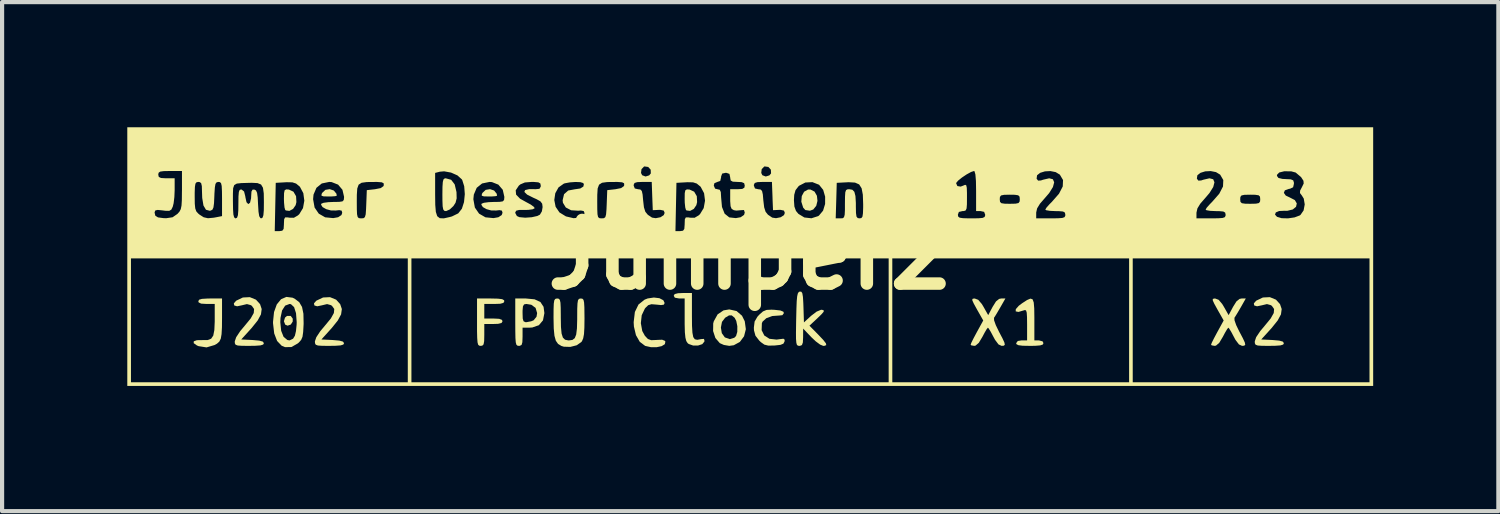
<source format=kicad_pcb>
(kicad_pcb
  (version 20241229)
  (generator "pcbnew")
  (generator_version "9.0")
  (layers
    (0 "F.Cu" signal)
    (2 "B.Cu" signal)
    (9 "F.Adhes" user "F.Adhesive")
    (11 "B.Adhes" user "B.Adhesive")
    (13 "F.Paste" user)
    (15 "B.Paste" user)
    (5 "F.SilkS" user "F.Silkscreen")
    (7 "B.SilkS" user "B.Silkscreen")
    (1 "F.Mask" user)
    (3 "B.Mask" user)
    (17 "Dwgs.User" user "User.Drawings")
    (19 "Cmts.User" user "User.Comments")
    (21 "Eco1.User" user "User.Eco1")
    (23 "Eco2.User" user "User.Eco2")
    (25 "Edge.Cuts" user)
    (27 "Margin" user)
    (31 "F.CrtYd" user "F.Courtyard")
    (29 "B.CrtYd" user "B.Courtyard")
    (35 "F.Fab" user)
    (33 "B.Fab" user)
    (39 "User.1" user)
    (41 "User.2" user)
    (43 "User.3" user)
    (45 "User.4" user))
  (footprint "Jumper2"
    (layer "F.Cu")
    (at 14.926 3.055)
    (property "Reference" "Jumper2" (at 0 0 0) (layer "F.SilkS") (effects (font (size 1.524 1.524) (thickness 0.3))))
    (attr board_only exclude_from_pos_files exclude_from_bom)
    (fp_poly (pts (xy -10.962 1.529) (xy -10.962 1.599) (xy -11.008 1.671) (xy -11.085 1.698) (xy -11.142 1.674) (xy -11.173 1.593) (xy -11.147 1.505) (xy -11.1 1.465) (xy -11.01 1.465)) (stroke (width 0) (type solid)) (fill yes) (layer "F.SilkS"))
    (fp_poly (pts (xy -9.978 -1.54) (xy -9.915 -1.464) (xy -9.907 -1.415) (xy -9.946 -1.404) (xy -10.045 -1.397) (xy -10.105 -1.397) (xy -10.224 -1.4) (xy -10.273 -1.416) (xy -10.27 -1.455) (xy -10.256 -1.484) (xy -10.179 -1.556) (xy -10.076 -1.573)) (stroke (width 0) (type solid)) (fill yes) (layer "F.SilkS"))
    (fp_poly (pts (xy -6.137 -1.54) (xy -6.075 -1.464) (xy -6.066 -1.415) (xy -6.105 -1.404) (xy -6.204 -1.397) (xy -6.264 -1.397) (xy -6.383 -1.4) (xy -6.433 -1.416) (xy -6.43 -1.455) (xy -6.415 -1.484) (xy -6.338 -1.556) (xy -6.235 -1.573)) (stroke (width 0) (type solid)) (fill yes) (layer "F.SilkS"))
    (fp_poly (pts (xy 1.541 -1.514) (xy 1.598 -1.414) (xy 1.611 -1.292) (xy 1.582 -1.174) (xy 1.511 -1.086) (xy 1.431 -1.056) (xy 1.321 -1.072) (xy 1.269 -1.129) (xy 1.224 -1.272) (xy 1.235 -1.407) (xy 1.291 -1.511) (xy 1.386 -1.564) (xy 1.442 -1.564)) (stroke (width 0) (type solid)) (fill yes) (layer "F.SilkS"))
    (fp_poly (pts (xy -11.053 -1.563) (xy -10.945 -1.512) (xy -10.882 -1.404) (xy -10.874 -1.262) (xy -10.892 -1.189) (xy -10.954 -1.099) (xy -11.042 -1.052) (xy -11.126 -1.062) (xy -11.142 -1.075) (xy -11.159 -1.133) (xy -11.17 -1.248) (xy -11.173 -1.341) (xy -11.17 -1.477) (xy -11.156 -1.545) (xy -11.119 -1.567)) (stroke (width 0) (type solid)) (fill yes) (layer "F.SilkS"))
    (fp_poly (pts (xy -1.452 -1.563) (xy -1.343 -1.512) (xy -1.28 -1.404) (xy -1.273 -1.262) (xy -1.291 -1.189) (xy -1.352 -1.099) (xy -1.441 -1.052) (xy -1.525 -1.062) (xy -1.54 -1.075) (xy -1.557 -1.133) (xy -1.569 -1.248) (xy -1.571 -1.341) (xy -1.569 -1.477) (xy -1.555 -1.545) (xy -1.518 -1.567)) (stroke (width 0) (type solid)) (fill yes) (layer "F.SilkS"))
    (fp_poly (pts (xy -7.166 -1.797) (xy -7.081 -1.686) (xy -7.038 -1.502) (xy -7.034 -1.352) (xy -7.061 -1.247) (xy -7.113 -1.167) (xy -7.2 -1.086) (xy -7.285 -1.048) (xy -7.291 -1.047) (xy -7.332 -1.055) (xy -7.356 -1.088) (xy -7.37 -1.163) (xy -7.375 -1.297) (xy -7.376 -1.44) (xy -7.374 -1.628) (xy -7.366 -1.744) (xy -7.35 -1.806) (xy -7.321 -1.83) (xy -7.297 -1.833)) (stroke (width 0) (type solid)) (fill yes) (layer "F.SilkS"))
    (fp_poly (pts (xy -1.397 1.457) (xy -1.395 1.7) (xy -1.385 1.868) (xy -1.365 1.972) (xy -1.328 2.024) (xy -1.27 2.037) (xy -1.186 2.022) (xy -1.178 2.02) (xy -1.108 2.015) (xy -1.096 2.063) (xy -1.098 2.078) (xy -1.149 2.141) (xy -1.25 2.174) (xy -1.369 2.174) (xy -1.474 2.137) (xy -1.5 2.116) (xy -1.532 2.067) (xy -1.553 1.986) (xy -1.566 1.858) (xy -1.571 1.666) (xy -1.571 1.546) (xy -1.571 1.047) (xy -1.702 1.047) (xy -1.806 1.028) (xy -1.833 0.982) (xy -1.81 0.941) (xy -1.729 0.921) (xy -1.615 0.916) (xy -1.397 0.916)) (stroke (width 0) (type solid)) (fill yes) (layer "F.SilkS"))
    (fp_poly (pts (xy -12.656 1.502) (xy -12.658 1.736) (xy -12.667 1.9) (xy -12.686 2.009) (xy -12.721 2.08) (xy -12.776 2.129) (xy -12.834 2.162) (xy -13.027 2.219) (xy -13.218 2.189) (xy -13.258 2.172) (xy -13.335 2.117) (xy -13.333 2.073) (xy -13.258 2.046) (xy -13.125 2.044) (xy -13.001 2.043) (xy -12.917 2.011) (xy -12.866 1.936) (xy -12.84 1.803) (xy -12.831 1.601) (xy -12.831 1.53) (xy -12.831 1.178) (xy -13.027 1.178) (xy -13.157 1.17) (xy -13.216 1.141) (xy -13.224 1.113) (xy -13.205 1.076) (xy -13.137 1.056) (xy -13.004 1.048) (xy -12.94 1.047) (xy -12.656 1.047)) (stroke (width 0) (type solid)) (fill yes) (layer "F.SilkS"))
    (fp_poly (pts (xy -6.046 1.051) (xy -5.945 1.063) (xy -5.899 1.088) (xy -5.892 1.113) (xy -5.913 1.152) (xy -5.989 1.173) (xy -6.132 1.178) (xy -6.372 1.178) (xy -6.372 1.527) (xy -6.154 1.527) (xy -6.016 1.534) (xy -5.949 1.559) (xy -5.935 1.593) (xy -5.959 1.634) (xy -6.04 1.654) (xy -6.154 1.658) (xy -6.372 1.658) (xy -6.372 1.92) (xy -6.375 2.067) (xy -6.389 2.146) (xy -6.42 2.177) (xy -6.459 2.182) (xy -6.495 2.177) (xy -6.519 2.154) (xy -6.534 2.097) (xy -6.542 1.994) (xy -6.546 1.83) (xy -6.546 1.615) (xy -6.546 1.047) (xy -6.219 1.047)) (stroke (width 0) (type solid)) (fill yes) (layer "F.SilkS"))
    (fp_poly (pts (xy 6.765 1.066) (xy 6.793 1.142) (xy 6.805 1.285) (xy 6.808 1.505) (xy 6.808 1.549) (xy 6.808 2.051) (xy 6.917 2.051) (xy 7.005 2.074) (xy 7.026 2.117) (xy 7.009 2.151) (xy 6.947 2.171) (xy 6.825 2.181) (xy 6.699 2.182) (xy 6.526 2.179) (xy 6.425 2.166) (xy 6.379 2.142) (xy 6.372 2.117) (xy 6.411 2.065) (xy 6.503 2.051) (xy 6.634 2.051) (xy 6.634 1.676) (xy 6.632 1.495) (xy 6.625 1.386) (xy 6.609 1.334) (xy 6.582 1.324) (xy 6.557 1.331) (xy 6.427 1.369) (xy 6.361 1.356) (xy 6.363 1.303) (xy 6.435 1.221) (xy 6.516 1.16) (xy 6.633 1.084) (xy 6.713 1.05)) (stroke (width 0) (type solid)) (fill yes) (layer "F.SilkS"))
    (fp_poly (pts (xy -0.327 1.348) (xy -0.197 1.46) (xy -0.131 1.593) (xy -0.105 1.783) (xy -0.148 1.953) (xy -0.248 2.087) (xy -0.394 2.167) (xy -0.502 2.182) (xy -0.632 2.16) (xy -0.729 2.117) (xy -0.835 1.994) (xy -0.89 1.826) (xy -0.888 1.743) (xy -0.703 1.743) (xy -0.681 1.878) (xy -0.609 1.978) (xy -0.606 1.98) (xy -0.488 2.021) (xy -0.38 1.987) (xy -0.339 1.945) (xy -0.31 1.847) (xy -0.309 1.712) (xy -0.335 1.583) (xy -0.374 1.509) (xy -0.444 1.452) (xy -0.508 1.452) (xy -0.601 1.508) (xy -0.677 1.608) (xy -0.703 1.743) (xy -0.888 1.743) (xy -0.887 1.645) (xy -0.873 1.593) (xy -0.781 1.427) (xy -0.64 1.332) (xy -0.502 1.309)) (stroke (width 0) (type solid)) (fill yes) (layer "F.SilkS"))
    (fp_poly (pts (xy 0.577 1.318) (xy 0.722 1.334) (xy 0.793 1.363) (xy 0.807 1.397) (xy 0.771 1.447) (xy 0.698 1.455) (xy 0.529 1.467) (xy 0.386 1.519) (xy 0.295 1.602) (xy 0.279 1.64) (xy 0.273 1.806) (xy 0.337 1.934) (xy 0.461 2.013) (xy 0.632 2.032) (xy 0.705 2.022) (xy 0.796 2.011) (xy 0.826 2.036) (xy 0.822 2.078) (xy 0.795 2.129) (xy 0.725 2.158) (xy 0.589 2.173) (xy 0.577 2.174) (xy 0.433 2.176) (xy 0.339 2.153) (xy 0.256 2.094) (xy 0.217 2.057) (xy 0.125 1.939) (xy 0.09 1.81) (xy 0.087 1.746) (xy 0.105 1.599) (xy 0.173 1.483) (xy 0.217 1.435) (xy 0.305 1.357) (xy 0.39 1.321) (xy 0.509 1.315)) (stroke (width 0) (type solid)) (fill yes) (layer "F.SilkS"))
    (fp_poly (pts (xy -2.176 1.04) (xy -2.082 1.089) (xy -2.051 1.155) (xy -2.069 1.194) (xy -2.135 1.205) (xy -2.241 1.194) (xy -2.366 1.184) (xy -2.444 1.207) (xy -2.513 1.274) (xy -2.524 1.288) (xy -2.6 1.448) (xy -2.621 1.639) (xy -2.587 1.826) (xy -2.524 1.941) (xy -2.452 2.017) (xy -2.373 2.046) (xy -2.249 2.041) (xy -2.243 2.04) (xy -2.11 2.035) (xy -2.044 2.062) (xy -2.033 2.08) (xy -2.046 2.142) (xy -2.123 2.189) (xy -2.241 2.214) (xy -2.378 2.214) (xy -2.512 2.184) (xy -2.52 2.181) (xy -2.646 2.086) (xy -2.738 1.926) (xy -2.787 1.719) (xy -2.793 1.615) (xy -2.764 1.37) (xy -2.677 1.191) (xy -2.531 1.075) (xy -2.457 1.046) (xy -2.309 1.024)) (stroke (width 0) (type solid)) (fill yes) (layer "F.SilkS"))
    (fp_poly (pts (xy -11.843 1.075) (xy -11.745 1.182) (xy -11.706 1.3) (xy -11.723 1.427) (xy -11.802 1.574) (xy -11.948 1.756) (xy -11.969 1.779) (xy -12.196 2.029) (xy -11.924 2.042) (xy -11.765 2.056) (xy -11.679 2.08) (xy -11.653 2.117) (xy -11.653 2.119) (xy -11.671 2.151) (xy -11.735 2.171) (xy -11.861 2.18) (xy -12.002 2.182) (xy -12.175 2.181) (xy -12.279 2.174) (xy -12.331 2.155) (xy -12.349 2.119) (xy -12.351 2.075) (xy -12.317 1.975) (xy -12.221 1.83) (xy -12.109 1.696) (xy -11.969 1.525) (xy -11.896 1.395) (xy -11.888 1.299) (xy -11.941 1.224) (xy -11.968 1.206) (xy -12.059 1.181) (xy -12.184 1.211) (xy -12.295 1.234) (xy -12.363 1.214) (xy -12.373 1.163) (xy -12.317 1.1) (xy -12.156 1.023) (xy -11.99 1.015)) (stroke (width 0) (type solid)) (fill yes) (layer "F.SilkS"))
    (fp_poly (pts (xy -9.922 1.075) (xy -9.825 1.182) (xy -9.785 1.3) (xy -9.803 1.427) (xy -9.882 1.574) (xy -10.028 1.756) (xy -10.049 1.779) (xy -10.275 2.029) (xy -10.004 2.042) (xy -9.845 2.056) (xy -9.759 2.08) (xy -9.732 2.117) (xy -9.732 2.119) (xy -9.75 2.151) (xy -9.815 2.171) (xy -9.94 2.18) (xy -10.081 2.182) (xy -10.255 2.181) (xy -10.358 2.174) (xy -10.41 2.155) (xy -10.428 2.119) (xy -10.431 2.075) (xy -10.397 1.975) (xy -10.301 1.83) (xy -10.189 1.696) (xy -10.048 1.525) (xy -9.976 1.395) (xy -9.967 1.299) (xy -10.021 1.224) (xy -10.048 1.206) (xy -10.139 1.181) (xy -10.264 1.211) (xy -10.375 1.234) (xy -10.443 1.214) (xy -10.453 1.163) (xy -10.397 1.1) (xy -10.235 1.023) (xy -10.069 1.015)) (stroke (width 0) (type solid)) (fill yes) (layer "F.SilkS"))
    (fp_poly (pts (xy 12.597 1.075) (xy 12.694 1.182) (xy 12.734 1.3) (xy 12.717 1.427) (xy 12.638 1.574) (xy 12.492 1.756) (xy 12.471 1.779) (xy 12.244 2.029) (xy 12.516 2.042) (xy 12.675 2.056) (xy 12.761 2.08) (xy 12.787 2.117) (xy 12.787 2.119) (xy 12.769 2.151) (xy 12.705 2.171) (xy 12.579 2.18) (xy 12.438 2.182) (xy 12.265 2.181) (xy 12.161 2.174) (xy 12.109 2.155) (xy 12.091 2.119) (xy 12.089 2.075) (xy 12.122 1.975) (xy 12.219 1.83) (xy 12.331 1.696) (xy 12.471 1.525) (xy 12.544 1.395) (xy 12.552 1.299) (xy 12.499 1.224) (xy 12.472 1.206) (xy 12.381 1.181) (xy 12.256 1.211) (xy 12.144 1.234) (xy 12.076 1.214) (xy 12.067 1.163) (xy 12.123 1.1) (xy 12.284 1.023) (xy 12.45 1.015)) (stroke (width 0) (type solid)) (fill yes) (layer "F.SilkS"))
    (fp_poly (pts (xy -5.167 1.067) (xy -5.028 1.131) (xy -4.952 1.246) (xy -4.932 1.397) (xy -4.966 1.571) (xy -5.064 1.687) (xy -5.223 1.742) (xy -5.289 1.746) (xy -5.455 1.746) (xy -5.455 1.964) (xy -5.46 2.095) (xy -5.479 2.16) (xy -5.522 2.181) (xy -5.543 2.182) (xy -5.578 2.177) (xy -5.603 2.154) (xy -5.618 2.097) (xy -5.626 1.994) (xy -5.629 1.83) (xy -5.63 1.615) (xy -5.63 1.397) (xy -5.455 1.397) (xy -5.451 1.527) (xy -5.432 1.592) (xy -5.389 1.614) (xy -5.365 1.615) (xy -5.25 1.594) (xy -5.191 1.57) (xy -5.121 1.485) (xy -5.106 1.397) (xy -5.143 1.272) (xy -5.246 1.197) (xy -5.365 1.178) (xy -5.419 1.189) (xy -5.446 1.236) (xy -5.455 1.34) (xy -5.455 1.397) (xy -5.63 1.397) (xy -5.63 1.047) (xy -5.376 1.047)) (stroke (width 0) (type solid)) (fill yes) (layer "F.SilkS"))
    (fp_poly (pts (xy -10.966 1.028) (xy -10.914 1.053) (xy -10.806 1.136) (xy -10.739 1.25) (xy -10.706 1.412) (xy -10.701 1.64) (xy -10.702 1.674) (xy -10.712 1.85) (xy -10.728 1.964) (xy -10.76 2.039) (xy -10.813 2.099) (xy -10.837 2.121) (xy -10.992 2.21) (xy -11.146 2.213) (xy -11.227 2.179) (xy -11.336 2.066) (xy -11.406 1.884) (xy -11.434 1.64) (xy -11.434 1.615) (xy -11.26 1.615) (xy -11.239 1.821) (xy -11.181 1.966) (xy -11.09 2.042) (xy -11.038 2.051) (xy -10.954 2.011) (xy -10.91 1.939) (xy -10.884 1.827) (xy -10.869 1.677) (xy -10.867 1.615) (xy -10.883 1.4) (xy -10.929 1.254) (xy -11.004 1.184) (xy -11.038 1.178) (xy -11.143 1.218) (xy -11.217 1.333) (xy -11.255 1.512) (xy -11.26 1.615) (xy -11.434 1.615) (xy -11.434 1.606) (xy -11.41 1.372) (xy -11.344 1.189) (xy -11.242 1.065) (xy -11.114 1.009)) (stroke (width 0) (type solid)) (fill yes) (layer "F.SilkS"))
    (fp_poly (pts (xy 1.224 0.885) (xy 1.248 0.922) (xy 1.263 1.009) (xy 1.272 1.162) (xy 1.275 1.243) (xy 1.287 1.62) (xy 1.459 1.462) (xy 1.59 1.362) (xy 1.696 1.318) (xy 1.721 1.318) (xy 1.763 1.333) (xy 1.759 1.366) (xy 1.702 1.431) (xy 1.615 1.515) (xy 1.419 1.699) (xy 1.626 1.909) (xy 1.749 2.039) (xy 1.813 2.121) (xy 1.822 2.164) (xy 1.781 2.181) (xy 1.748 2.182) (xy 1.675 2.152) (xy 1.57 2.074) (xy 1.465 1.975) (xy 1.268 1.768) (xy 1.267 1.975) (xy 1.261 2.102) (xy 1.239 2.163) (xy 1.192 2.182) (xy 1.177 2.182) (xy 1.143 2.178) (xy 1.119 2.158) (xy 1.105 2.109) (xy 1.097 2.016) (xy 1.096 1.869) (xy 1.099 1.652) (xy 1.101 1.539) (xy 1.107 1.287) (xy 1.114 1.109) (xy 1.125 0.993) (xy 1.141 0.925) (xy 1.164 0.891) (xy 1.188 0.881)) (stroke (width 0) (type solid)) (fill yes) (layer "F.SilkS"))
    (fp_poly (pts (xy 5.995 1.255) (xy 5.922 1.38) (xy 5.864 1.476) (xy 5.841 1.509) (xy 5.843 1.57) (xy 5.884 1.685) (xy 5.957 1.836) (xy 5.957 1.837) (xy 6.043 2) (xy 6.09 2.102) (xy 6.1 2.156) (xy 6.076 2.178) (xy 6.023 2.182) (xy 5.948 2.147) (xy 5.866 2.037) (xy 5.826 1.964) (xy 5.763 1.845) (xy 5.714 1.766) (xy 5.695 1.746) (xy 5.666 1.781) (xy 5.612 1.873) (xy 5.564 1.964) (xy 5.477 2.109) (xy 5.399 2.176) (xy 5.367 2.182) (xy 5.297 2.17) (xy 5.281 2.153) (xy 5.3 2.103) (xy 5.352 1.999) (xy 5.425 1.862) (xy 5.432 1.849) (xy 5.583 1.574) (xy 5.434 1.311) (xy 5.358 1.173) (xy 5.322 1.094) (xy 5.323 1.058) (xy 5.357 1.048) (xy 5.381 1.048) (xy 5.463 1.079) (xy 5.549 1.179) (xy 5.59 1.247) (xy 5.702 1.446) (xy 5.808 1.247) (xy 5.889 1.117) (xy 5.964 1.057) (xy 6.014 1.047) (xy 6.114 1.047)) (stroke (width 0) (type solid)) (fill yes) (layer "F.SilkS"))
    (fp_poly (pts (xy 11.756 1.255) (xy 11.683 1.38) (xy 11.624 1.476) (xy 11.602 1.509) (xy 11.604 1.57) (xy 11.644 1.685) (xy 11.717 1.836) (xy 11.718 1.837) (xy 11.804 2) (xy 11.851 2.102) (xy 11.861 2.156) (xy 11.836 2.178) (xy 11.784 2.182) (xy 11.709 2.147) (xy 11.626 2.037) (xy 11.587 1.964) (xy 11.524 1.845) (xy 11.475 1.766) (xy 11.456 1.746) (xy 11.427 1.781) (xy 11.373 1.873) (xy 11.325 1.964) (xy 11.238 2.109) (xy 11.16 2.176) (xy 11.128 2.182) (xy 11.058 2.17) (xy 11.042 2.153) (xy 11.061 2.103) (xy 11.113 1.999) (xy 11.186 1.862) (xy 11.193 1.849) (xy 11.344 1.574) (xy 11.195 1.311) (xy 11.119 1.173) (xy 11.083 1.094) (xy 11.083 1.058) (xy 11.118 1.048) (xy 11.142 1.048) (xy 11.224 1.079) (xy 11.309 1.179) (xy 11.35 1.247) (xy 11.463 1.446) (xy 11.569 1.247) (xy 11.65 1.117) (xy 11.725 1.057) (xy 11.774 1.047) (xy 11.874 1.047)) (stroke (width 0) (type solid)) (fill yes) (layer "F.SilkS"))
    (fp_poly (pts (xy -4.02 1.053) (xy -3.995 1.08) (xy -3.981 1.143) (xy -3.974 1.258) (xy -3.972 1.439) (xy -3.971 1.523) (xy -3.974 1.746) (xy -3.983 1.899) (xy -4.002 2.001) (xy -4.031 2.069) (xy -4.048 2.091) (xy -4.158 2.168) (xy -4.311 2.207) (xy -4.467 2.202) (xy -4.525 2.184) (xy -4.604 2.136) (xy -4.658 2.059) (xy -4.691 1.94) (xy -4.708 1.764) (xy -4.713 1.516) (xy -4.713 1.509) (xy -4.712 1.303) (xy -4.707 1.17) (xy -4.695 1.093) (xy -4.673 1.058) (xy -4.638 1.048) (xy -4.626 1.047) (xy -4.587 1.053) (xy -4.562 1.081) (xy -4.547 1.147) (xy -4.541 1.265) (xy -4.539 1.453) (xy -4.539 1.497) (xy -4.535 1.729) (xy -4.52 1.887) (xy -4.489 1.984) (xy -4.437 2.035) (xy -4.36 2.051) (xy -4.342 2.051) (xy -4.26 2.04) (xy -4.204 1.997) (xy -4.17 1.91) (xy -4.152 1.764) (xy -4.146 1.547) (xy -4.146 1.497) (xy -4.145 1.295) (xy -4.139 1.164) (xy -4.127 1.09) (xy -4.104 1.056) (xy -4.067 1.048) (xy -4.059 1.047)) (stroke (width 0) (type solid)) (fill yes) (layer "F.SilkS"))
    (fp_poly (pts (xy 14.926 3.142) (xy -14.926 3.142) (xy -14.926 3.055) (xy -14.838 3.055) (xy -8.205 3.055) (xy -8.118 3.055) (xy 3.317 3.055) (xy 3.404 3.055) (xy 9.078 3.055) (xy 9.165 3.055) (xy 14.838 3.055) (xy 14.838 0.087) (xy 9.165 0.087) (xy 9.165 3.055) (xy 9.078 3.055) (xy 9.078 0.087) (xy 3.404 0.087) (xy 3.404 3.055) (xy 3.317 3.055) (xy 3.317 0.087) (xy -8.118 0.087) (xy -8.118 3.055) (xy -8.205 3.055) (xy -8.205 0.087) (xy -14.838 0.087) (xy -14.838 3.055) (xy -14.926 3.055) (xy -14.926 -0.567) (xy -11.393 -0.567) (xy -11.283 -0.567) (xy -1.792 -0.567) (xy -1.682 -0.567) (xy -1.61 -0.577) (xy -1.579 -0.621) (xy -1.571 -0.726) (xy -1.571 -0.741) (xy -1.567 -0.851) (xy -1.555 -0.873) (xy 2.048 -0.873) (xy 2.159 -0.873) (xy 2.214 -0.876) (xy 2.246 -0.899) (xy 2.263 -0.958) (xy 2.269 -1.072) (xy 2.269 -1.222) (xy 2.271 -1.395) (xy 2.278 -1.499) (xy 2.297 -1.551) (xy 2.333 -1.569) (xy 2.374 -1.571) (xy 2.448 -1.558) (xy 2.495 -1.509) (xy 2.521 -1.408) (xy 2.531 -1.242) (xy 2.531 -1.153) (xy 2.534 -1.001) (xy 2.546 -0.916) (xy 2.575 -0.88) (xy 2.619 -0.873) (xy 2.663 -0.88) (xy 2.689 -0.915) (xy 2.701 -0.994) (xy 2.706 -1.135) (xy 2.706 -1.212) (xy 2.698 -1.44) (xy 2.669 -1.593) (xy 2.61 -1.686) (xy 2.543 -1.716) (xy 4.933 -1.716) (xy 4.963 -1.647) (xy 5.042 -1.634) (xy 5.105 -1.658) (xy 5.15 -1.677) (xy 5.176 -1.665) (xy 5.189 -1.605) (xy 5.193 -1.483) (xy 5.193 -1.376) (xy 5.192 -1.209) (xy 5.184 -1.111) (xy 5.163 -1.064) (xy 5.123 -1.049) (xy 5.084 -1.047) (xy 4.999 -1.027) (xy 4.975 -0.96) (xy 4.983 -0.916) (xy 5.018 -0.889) (xy 5.099 -0.877) (xy 5.244 -0.873) (xy 5.303 -0.873) (xy 6.852 -0.873) (xy 7.201 -0.873) (xy 10.692 -0.873) (xy 11.042 -0.873) (xy 11.216 -0.875) (xy 11.32 -0.883) (xy 11.372 -0.902) (xy 11.389 -0.937) (xy 11.391 -0.96) (xy 11.39 -0.963) (xy 12.574 -0.963) (xy 12.622 -0.91) (xy 12.733 -0.877) (xy 12.886 -0.873) (xy 13.043 -0.896) (xy 13.165 -0.942) (xy 13.184 -0.955) (xy 13.259 -1.063) (xy 13.286 -1.207) (xy 13.263 -1.347) (xy 13.215 -1.424) (xy 13.172 -1.48) (xy 13.176 -1.539) (xy 13.217 -1.617) (xy 13.261 -1.707) (xy 13.256 -1.773) (xy 13.199 -1.861) (xy 13.197 -1.863) (xy 13.069 -1.971) (xy 12.962 -2) (xy 12.794 -2.001) (xy 12.675 -1.972) (xy 12.621 -1.916) (xy 12.621 -1.889) (xy 12.657 -1.841) (xy 12.752 -1.818) (xy 12.831 -1.814) (xy 12.952 -1.808) (xy 13.01 -1.784) (xy 13.027 -1.73) (xy 13.027 -1.702) (xy 13.008 -1.618) (xy 12.934 -1.583) (xy 12.907 -1.579) (xy 12.81 -1.544) (xy 12.786 -1.484) (xy 12.832 -1.419) (xy 12.929 -1.373) (xy 13.049 -1.311) (xy 13.096 -1.231) (xy 13.078 -1.15) (xy 13 -1.086) (xy 12.87 -1.054) (xy 12.801 -1.055) (xy 12.673 -1.049) (xy 12.593 -1.015) (xy 12.574 -0.963) (xy 11.39 -0.963) (xy 11.38 -1.011) (xy 11.335 -1.037) (xy 11.235 -1.046) (xy 11.151 -1.047) (xy 11.019 -1.053) (xy 10.932 -1.068) (xy 10.911 -1.083) (xy 10.94 -1.131) (xy 11.014 -1.214) (xy 11.067 -1.268) (xy 11.123 -1.331) (xy 11.74 -1.331) (xy 11.746 -1.269) (xy 11.779 -1.236) (xy 11.86 -1.224) (xy 11.98 -1.222) (xy 12.117 -1.225) (xy 12.189 -1.24) (xy 12.216 -1.277) (xy 12.22 -1.331) (xy 12.214 -1.394) (xy 12.181 -1.426) (xy 12.1 -1.438) (xy 11.98 -1.44) (xy 11.842 -1.437) (xy 11.771 -1.422) (xy 11.744 -1.386) (xy 11.74 -1.331) (xy 11.123 -1.331) (xy 11.238 -1.463) (xy 11.328 -1.637) (xy 11.335 -1.791) (xy 11.26 -1.92) (xy 11.16 -1.981) (xy 11.033 -2.006) (xy 10.901 -1.999) (xy 10.788 -1.964) (xy 10.714 -1.906) (xy 10.702 -1.828) (xy 10.705 -1.82) (xy 10.738 -1.777) (xy 10.805 -1.781) (xy 10.858 -1.799) (xy 11.004 -1.833) (xy 11.093 -1.81) (xy 11.123 -1.737) (xy 11.094 -1.624) (xy 11.003 -1.479) (xy 10.911 -1.371) (xy 10.784 -1.225) (xy 10.715 -1.112) (xy 10.693 -1.014) (xy 10.692 -1.006) (xy 10.692 -0.873) (xy 7.201 -0.873) (xy 7.375 -0.875) (xy 7.479 -0.883) (xy 7.531 -0.902) (xy 7.549 -0.937) (xy 7.55 -0.96) (xy 7.54 -1.011) (xy 7.495 -1.037) (xy 7.394 -1.046) (xy 7.31 -1.047) (xy 7.179 -1.053) (xy 7.091 -1.068) (xy 7.07 -1.083) (xy 7.099 -1.131) (xy 7.173 -1.214) (xy 7.227 -1.268) (xy 7.398 -1.463) (xy 7.488 -1.637) (xy 7.495 -1.791) (xy 7.419 -1.92) (xy 7.319 -1.981) (xy 7.192 -2.006) (xy 7.061 -1.999) (xy 6.947 -1.964) (xy 6.873 -1.906) (xy 6.862 -1.828) (xy 6.864 -1.82) (xy 6.898 -1.777) (xy 6.965 -1.781) (xy 7.018 -1.799) (xy 7.164 -1.833) (xy 7.252 -1.81) (xy 7.283 -1.737) (xy 7.253 -1.624) (xy 7.163 -1.479) (xy 7.07 -1.371) (xy 6.943 -1.225) (xy 6.874 -1.112) (xy 6.852 -1.014) (xy 6.852 -1.006) (xy 6.852 -0.873) (xy 5.303 -0.873) (xy 5.47 -0.875) (xy 5.568 -0.884) (xy 5.615 -0.906) (xy 5.629 -0.944) (xy 5.63 -0.96) (xy 5.604 -1.029) (xy 5.521 -1.047) (xy 5.412 -1.047) (xy 5.412 -1.331) (xy 5.979 -1.331) (xy 5.985 -1.269) (xy 6.018 -1.236) (xy 6.099 -1.224) (xy 6.219 -1.222) (xy 6.357 -1.225) (xy 6.428 -1.24) (xy 6.455 -1.277) (xy 6.459 -1.331) (xy 6.453 -1.394) (xy 6.42 -1.426) (xy 6.339 -1.438) (xy 6.219 -1.44) (xy 6.082 -1.437) (xy 6.01 -1.422) (xy 5.983 -1.386) (xy 5.979 -1.331) (xy 5.412 -1.331) (xy 5.412 -1.527) (xy 5.408 -1.769) (xy 5.395 -1.926) (xy 5.374 -2) (xy 5.363 -2.008) (xy 5.291 -1.984) (xy 5.185 -1.926) (xy 5.073 -1.851) (xy 4.981 -1.777) (xy 4.935 -1.722) (xy 4.933 -1.716) (xy 2.543 -1.716) (xy 2.51 -1.73) (xy 2.361 -1.739) (xy 2.32 -1.737) (xy 2.073 -1.724) (xy 2.061 -1.298) (xy 2.048 -0.873) (xy -1.555 -0.873) (xy -1.543 -0.896) (xy -1.479 -0.896) (xy -1.443 -0.889) (xy -1.333 -0.887) (xy -1.236 -0.944) (xy -1.203 -0.975) (xy -1.115 -1.119) (xy -1.083 -1.297) (xy -1.106 -1.476) (xy -1.186 -1.626) (xy -1.2 -1.641) (xy -1.222 -1.658) (xy -0.873 -1.658) (xy -0.842 -1.585) (xy -0.786 -1.571) (xy -0.73 -1.558) (xy -0.705 -1.503) (xy -0.698 -1.384) (xy -0.698 -1.381) (xy -0.677 -1.146) (xy -0.613 -0.985) (xy -0.502 -0.896) (xy -0.345 -0.879) (xy -0.229 -0.9) (xy -0.148 -0.956) (xy -0.131 -1.012) (xy -0.15 -1.073) (xy -0.218 -1.069) (xy -0.334 -1.059) (xy -0.393 -1.069) (xy -0.445 -1.1) (xy -0.471 -1.164) (xy -0.48 -1.286) (xy -0.48 -1.334) (xy -0.48 -1.571) (xy -0.305 -1.571) (xy -0.191 -1.578) (xy -0.141 -1.608) (xy -0.131 -1.658) (xy 0.087 -1.658) (xy 0.114 -1.589) (xy 0.191 -1.571) (xy 0.249 -1.564) (xy 0.283 -1.529) (xy 0.302 -1.446) (xy 0.314 -1.303) (xy 0.334 -1.137) (xy 0.368 -1.031) (xy 0.425 -0.96) (xy 0.434 -0.954) (xy 0.527 -0.891) (xy 0.617 -0.877) (xy 0.731 -0.9) (xy 0.809 -0.951) (xy 0.829 -1.004) (xy 0.808 -1.059) (xy 0.73 -1.076) (xy 0.687 -1.076) (xy 0.546 -1.069) (xy 0.536 -1.309) (xy 1.047 -1.309) (xy 1.058 -1.156) (xy 1.096 -1.051) (xy 1.155 -0.98) (xy 1.297 -0.894) (xy 1.466 -0.875) (xy 1.626 -0.926) (xy 1.647 -0.94) (xy 1.745 -1.057) (xy 1.794 -1.217) (xy 1.795 -1.393) (xy 1.748 -1.555) (xy 1.652 -1.675) (xy 1.647 -1.679) (xy 1.49 -1.741) (xy 1.321 -1.732) (xy 1.172 -1.655) (xy 1.155 -1.639) (xy 1.085 -1.548) (xy 1.054 -1.437) (xy 1.047 -1.309) (xy 0.536 -1.309) (xy 0.533 -1.407) (xy 0.52 -1.746) (xy 0.304 -1.746) (xy 0.173 -1.741) (xy 0.109 -1.721) (xy 0.088 -1.678) (xy 0.087 -1.658) (xy -0.131 -1.658) (xy -0.146 -1.716) (xy -0.205 -1.741) (xy -0.305 -1.746) (xy -0.418 -1.752) (xy -0.468 -1.78) (xy -0.48 -1.845) (xy -0.48 -1.855) (xy -0.498 -1.938) (xy -0.562 -1.961) (xy 0.264 -1.961) (xy 0.291 -1.906) (xy 0.372 -1.876) (xy 0.46 -1.903) (xy 0.499 -1.95) (xy 0.495 -2.039) (xy 0.434 -2.105) (xy 0.347 -2.117) (xy 0.335 -2.114) (xy 0.275 -2.052) (xy 0.264 -1.961) (xy -0.562 -1.961) (xy -0.569 -1.963) (xy -0.589 -1.964) (xy -0.672 -1.946) (xy -0.698 -1.875) (xy -0.698 -1.855) (xy -0.719 -1.769) (xy -0.786 -1.746) (xy -0.859 -1.715) (xy -0.873 -1.658) (xy -1.222 -1.658) (xy -1.281 -1.707) (xy -1.37 -1.736) (xy -1.503 -1.739) (xy -1.539 -1.737) (xy -1.768 -1.724) (xy -1.78 -1.146) (xy -1.792 -0.567) (xy -11.283 -0.567) (xy -11.212 -0.577) (xy -11.18 -0.621) (xy -11.173 -0.726) (xy -11.173 -0.741) (xy -11.168 -0.851) (xy -11.144 -0.896) (xy -11.081 -0.896) (xy -11.044 -0.889) (xy -10.934 -0.887) (xy -10.837 -0.944) (xy -10.804 -0.975) (xy -10.716 -1.119) (xy -10.684 -1.297) (xy -10.689 -1.331) (xy -10.474 -1.331) (xy -10.438 -1.132) (xy -10.338 -0.986) (xy -10.185 -0.898) (xy -9.991 -0.879) (xy -9.874 -0.9) (xy -9.795 -0.952) (xy -9.776 -1.006) (xy -9.79 -1.058) (xy -9.848 -1.07) (xy -9.928 -1.061) (xy -10.044 -1.062) (xy -10.159 -1.093) (xy -10.247 -1.143) (xy -10.283 -1.2) (xy -10.277 -1.224) (xy -10.222 -1.246) (xy -10.108 -1.261) (xy -9.992 -1.266) (xy -9.848 -1.268) (xy -9.77 -1.28) (xy -9.768 -1.282) (xy -9.427 -1.282) (xy -9.426 -1.092) (xy -9.421 -0.972) (xy -9.406 -0.906) (xy -9.379 -0.879) (xy -9.334 -0.873) (xy -9.32 -0.873) (xy -9.265 -0.877) (xy -9.233 -0.903) (xy -9.214 -0.968) (xy -9.205 -1.091) (xy -9.2 -1.211) (xy -9.191 -1.443) (xy -7.55 -1.443) (xy -7.547 -1.197) (xy -7.533 -1.028) (xy -7.5 -0.925) (xy -7.439 -0.877) (xy -7.342 -0.873) (xy -7.202 -0.904) (xy -7.147 -0.919) (xy -6.996 -0.993) (xy -6.909 -1.104) (xy -6.858 -1.262) (xy -6.851 -1.331) (xy -6.634 -1.331) (xy -6.598 -1.132) (xy -6.497 -0.986) (xy -6.344 -0.898) (xy -6.151 -0.879) (xy -6.034 -0.9) (xy -5.955 -0.952) (xy -5.937 -1.002) (xy -5.63 -1.002) (xy -5.591 -0.929) (xy -5.532 -0.902) (xy -5.391 -0.889) (xy -5.235 -0.9) (xy -5.101 -0.93) (xy -5.039 -0.962) (xy -4.992 -1.041) (xy -4.975 -1.144) (xy -4.985 -1.224) (xy -5.028 -1.281) (xy -5.083 -1.312) (xy -4.695 -1.312) (xy -4.663 -1.15) (xy -4.571 -1.015) (xy -4.416 -0.92) (xy -4.233 -0.877) (xy -4.059 -0.893) (xy -4.041 -0.899) (xy -3.98 -0.961) (xy -3.971 -1) (xy -3.99 -1.048) (xy -4.058 -1.061) (xy -4.125 -1.056) (xy -4.292 -1.067) (xy -4.419 -1.134) (xy -4.488 -1.247) (xy -4.492 -1.282) (xy -3.666 -1.282) (xy -3.665 -1.092) (xy -3.66 -0.972) (xy -3.646 -0.906) (xy -3.618 -0.879) (xy -3.574 -0.873) (xy -3.559 -0.873) (xy -3.505 -0.877) (xy -3.472 -0.903) (xy -3.454 -0.968) (xy -3.444 -1.091) (xy -3.439 -1.211) (xy -3.426 -1.549) (xy -3.23 -1.571) (xy -3.094 -1.598) (xy -3.029 -1.644) (xy -3.023 -1.658) (xy -2.793 -1.658) (xy -2.766 -1.589) (xy -2.689 -1.571) (xy -2.632 -1.564) (xy -2.598 -1.529) (xy -2.579 -1.446) (xy -2.566 -1.303) (xy -2.547 -1.137) (xy -2.513 -1.031) (xy -2.455 -0.96) (xy -2.447 -0.954) (xy -2.353 -0.891) (xy -2.264 -0.877) (xy -2.149 -0.9) (xy -2.072 -0.951) (xy -2.051 -1.004) (xy -2.072 -1.059) (xy -2.15 -1.076) (xy -2.193 -1.076) (xy -2.335 -1.069) (xy -2.348 -1.407) (xy -2.36 -1.746) (xy -2.577 -1.746) (xy -2.707 -1.741) (xy -2.772 -1.721) (xy -2.792 -1.678) (xy -2.793 -1.658) (xy -3.023 -1.658) (xy -3.019 -1.669) (xy -3.023 -1.714) (xy -3.07 -1.737) (xy -3.177 -1.745) (xy -3.237 -1.745) (xy -3.427 -1.743) (xy -3.551 -1.726) (xy -3.622 -1.68) (xy -3.656 -1.588) (xy -3.665 -1.436) (xy -3.666 -1.282) (xy -4.492 -1.282) (xy -4.495 -1.307) (xy -4.461 -1.452) (xy -4.361 -1.54) (xy -4.196 -1.571) (xy -4.191 -1.571) (xy -4.072 -1.589) (xy -3.998 -1.635) (xy -3.986 -1.694) (xy -4.004 -1.72) (xy -4.069 -1.74) (xy -4.187 -1.745) (xy -4.323 -1.735) (xy -4.442 -1.713) (xy -4.468 -1.704) (xy -4.594 -1.614) (xy -4.671 -1.475) (xy -4.695 -1.312) (xy -5.083 -1.312) (xy -5.125 -1.335) (xy -5.193 -1.365) (xy -5.346 -1.442) (xy -5.412 -1.506) (xy -5.394 -1.551) (xy -5.293 -1.574) (xy -5.139 -1.572) (xy -5.05 -1.581) (xy -5.02 -1.633) (xy -5.019 -1.655) (xy -5.029 -1.709) (xy -5.076 -1.736) (xy -5.179 -1.745) (xy -5.237 -1.746) (xy -5.4 -1.733) (xy -5.508 -1.687) (xy -5.545 -1.656) (xy -5.619 -1.545) (xy -5.61 -1.442) (xy -5.515 -1.344) (xy -5.378 -1.268) (xy -5.258 -1.203) (xy -5.181 -1.146) (xy -5.165 -1.115) (xy -5.214 -1.09) (xy -5.321 -1.076) (xy -5.405 -1.075) (xy -5.539 -1.074) (xy -5.607 -1.057) (xy -5.629 -1.018) (xy -5.63 -1.002) (xy -5.937 -1.002) (xy -5.935 -1.006) (xy -5.95 -1.058) (xy -6.008 -1.07) (xy -6.087 -1.061) (xy -6.204 -1.062) (xy -6.318 -1.093) (xy -6.406 -1.143) (xy -6.443 -1.2) (xy -6.436 -1.224) (xy -6.382 -1.246) (xy -6.268 -1.261) (xy -6.151 -1.266) (xy -6.007 -1.268) (xy -5.93 -1.28) (xy -5.898 -1.313) (xy -5.892 -1.376) (xy -5.892 -1.391) (xy -5.93 -1.558) (xy -6.035 -1.681) (xy -6.189 -1.742) (xy -6.246 -1.746) (xy -6.425 -1.709) (xy -6.554 -1.605) (xy -6.623 -1.442) (xy -6.634 -1.331) (xy -6.851 -1.331) (xy -6.839 -1.453) (xy -6.853 -1.641) (xy -6.9 -1.79) (xy -6.911 -1.808) (xy -7.015 -1.902) (xy -7.148 -1.961) (xy -2.617 -1.961) (xy -2.589 -1.906) (xy -2.508 -1.876) (xy -2.421 -1.903) (xy -2.382 -1.95) (xy -2.385 -2.039) (xy -2.446 -2.105) (xy -2.534 -2.117) (xy -2.545 -2.114) (xy -2.605 -2.052) (xy -2.617 -1.961) (xy -7.148 -1.961) (xy -7.169 -1.97) (xy -7.334 -2) (xy -7.437 -1.991) (xy -7.55 -1.962) (xy -7.55 -1.443) (xy -9.191 -1.443) (xy -9.187 -1.549) (xy -8.991 -1.571) (xy -8.854 -1.598) (xy -8.789 -1.644) (xy -8.78 -1.669) (xy -8.784 -1.714) (xy -8.83 -1.737) (xy -8.938 -1.745) (xy -8.998 -1.745) (xy -9.188 -1.743) (xy -9.312 -1.726) (xy -9.383 -1.68) (xy -9.416 -1.588) (xy -9.426 -1.436) (xy -9.427 -1.282) (xy -9.768 -1.282) (xy -9.739 -1.313) (xy -9.732 -1.376) (xy -9.732 -1.391) (xy -9.771 -1.558) (xy -9.875 -1.681) (xy -10.03 -1.742) (xy -10.087 -1.746) (xy -10.266 -1.709) (xy -10.394 -1.605) (xy -10.464 -1.442) (xy -10.474 -1.331) (xy -10.689 -1.331) (xy -10.708 -1.476) (xy -10.788 -1.626) (xy -10.802 -1.641) (xy -10.882 -1.707) (xy -10.971 -1.736) (xy -11.105 -1.739) (xy -11.14 -1.737) (xy -11.369 -1.724) (xy -11.381 -1.146) (xy -11.393 -0.567) (xy -14.926 -0.567) (xy -14.926 -1.007) (xy -14.271 -1.007) (xy -14.254 -0.936) (xy -14.19 -0.896) (xy -14.063 -0.879) (xy -13.996 -0.876) (xy -13.841 -0.899) (xy -13.724 -0.98) (xy -13.676 -1.034) (xy -13.645 -1.093) (xy -13.627 -1.178) (xy -13.619 -1.306) (xy -13.618 -1.4) (xy -13.311 -1.4) (xy -13.309 -1.224) (xy -13.298 -1.112) (xy -13.273 -1.041) (xy -13.227 -0.989) (xy -13.196 -0.963) (xy -13.096 -0.899) (xy -12.993 -0.876) (xy -12.853 -0.889) (xy -12.793 -0.9) (xy -12.656 -0.927) (xy -12.656 -1.337) (xy -12.657 -1.464) (xy -12.395 -1.464) (xy -12.395 -1.287) (xy -12.392 -1.09) (xy -12.384 -0.965) (xy -12.366 -0.898) (xy -12.339 -0.874) (xy -12.329 -0.873) (xy -12.296 -0.889) (xy -12.275 -0.949) (xy -12.266 -1.066) (xy -12.264 -1.225) (xy -12.262 -1.4) (xy -12.253 -1.504) (xy -12.234 -1.554) (xy -12.202 -1.565) (xy -12.187 -1.563) (xy -12.128 -1.517) (xy -12.098 -1.399) (xy -12.097 -1.385) (xy -12.07 -1.26) (xy -12.027 -1.215) (xy -11.985 -1.247) (xy -11.96 -1.354) (xy -11.958 -1.4) (xy -11.951 -1.514) (xy -11.925 -1.561) (xy -11.882 -1.563) (xy -11.842 -1.541) (xy -11.816 -1.484) (xy -11.801 -1.372) (xy -11.793 -1.211) (xy -11.782 -1.032) (xy -11.765 -0.926) (xy -11.737 -0.879) (xy -11.716 -0.873) (xy -11.685 -0.89) (xy -11.665 -0.949) (xy -11.655 -1.067) (xy -11.653 -1.257) (xy -11.653 -1.264) (xy -11.656 -1.471) (xy -11.675 -1.606) (xy -11.721 -1.684) (xy -11.806 -1.718) (xy -11.942 -1.725) (xy -12.024 -1.723) (xy -12.194 -1.718) (xy -12.303 -1.706) (xy -12.364 -1.67) (xy -12.39 -1.595) (xy -12.395 -1.464) (xy -12.657 -1.464) (xy -12.658 -1.528) (xy -12.664 -1.648) (xy -12.679 -1.714) (xy -12.706 -1.741) (xy -12.742 -1.746) (xy -12.785 -1.737) (xy -12.813 -1.699) (xy -12.828 -1.613) (xy -12.838 -1.464) (xy -12.84 -1.407) (xy -12.848 -1.236) (xy -12.862 -1.134) (xy -12.886 -1.081) (xy -12.926 -1.06) (xy -12.951 -1.055) (xy -13.041 -1.079) (xy -13.101 -1.181) (xy -13.131 -1.362) (xy -13.136 -1.509) (xy -13.14 -1.646) (xy -13.157 -1.718) (xy -13.194 -1.743) (xy -13.224 -1.746) (xy -13.267 -1.738) (xy -13.293 -1.705) (xy -13.306 -1.627) (xy -13.311 -1.487) (xy -13.311 -1.4) (xy -13.618 -1.4) (xy -13.617 -1.499) (xy -13.616 -1.547) (xy -13.616 -2.008) (xy -13.9 -2.008) (xy -14.054 -2.005) (xy -14.139 -1.993) (xy -14.176 -1.965) (xy -14.184 -1.92) (xy -14.171 -1.866) (xy -14.118 -1.84) (xy -14.002 -1.833) (xy -13.987 -1.833) (xy -13.791 -1.833) (xy -13.791 -1.552) (xy -13.798 -1.384) (xy -13.816 -1.235) (xy -13.836 -1.154) (xy -13.871 -1.082) (xy -13.921 -1.053) (xy -14.016 -1.055) (xy -14.076 -1.063) (xy -14.197 -1.075) (xy -14.254 -1.063) (xy -14.271 -1.021) (xy -14.271 -1.007) (xy -14.926 -1.007) (xy -14.926 -3.055) (xy 14.926 -3.055)) (stroke (width 0) (type solid)) (fill yes) (layer "F.SilkS")))
  (gr_rect
    (start -3 -3)
    (end 32.852 9.197)
    (stroke (width 0.1) (type default))
    (fill no)
    (layer "Edge.Cuts")))
</source>
